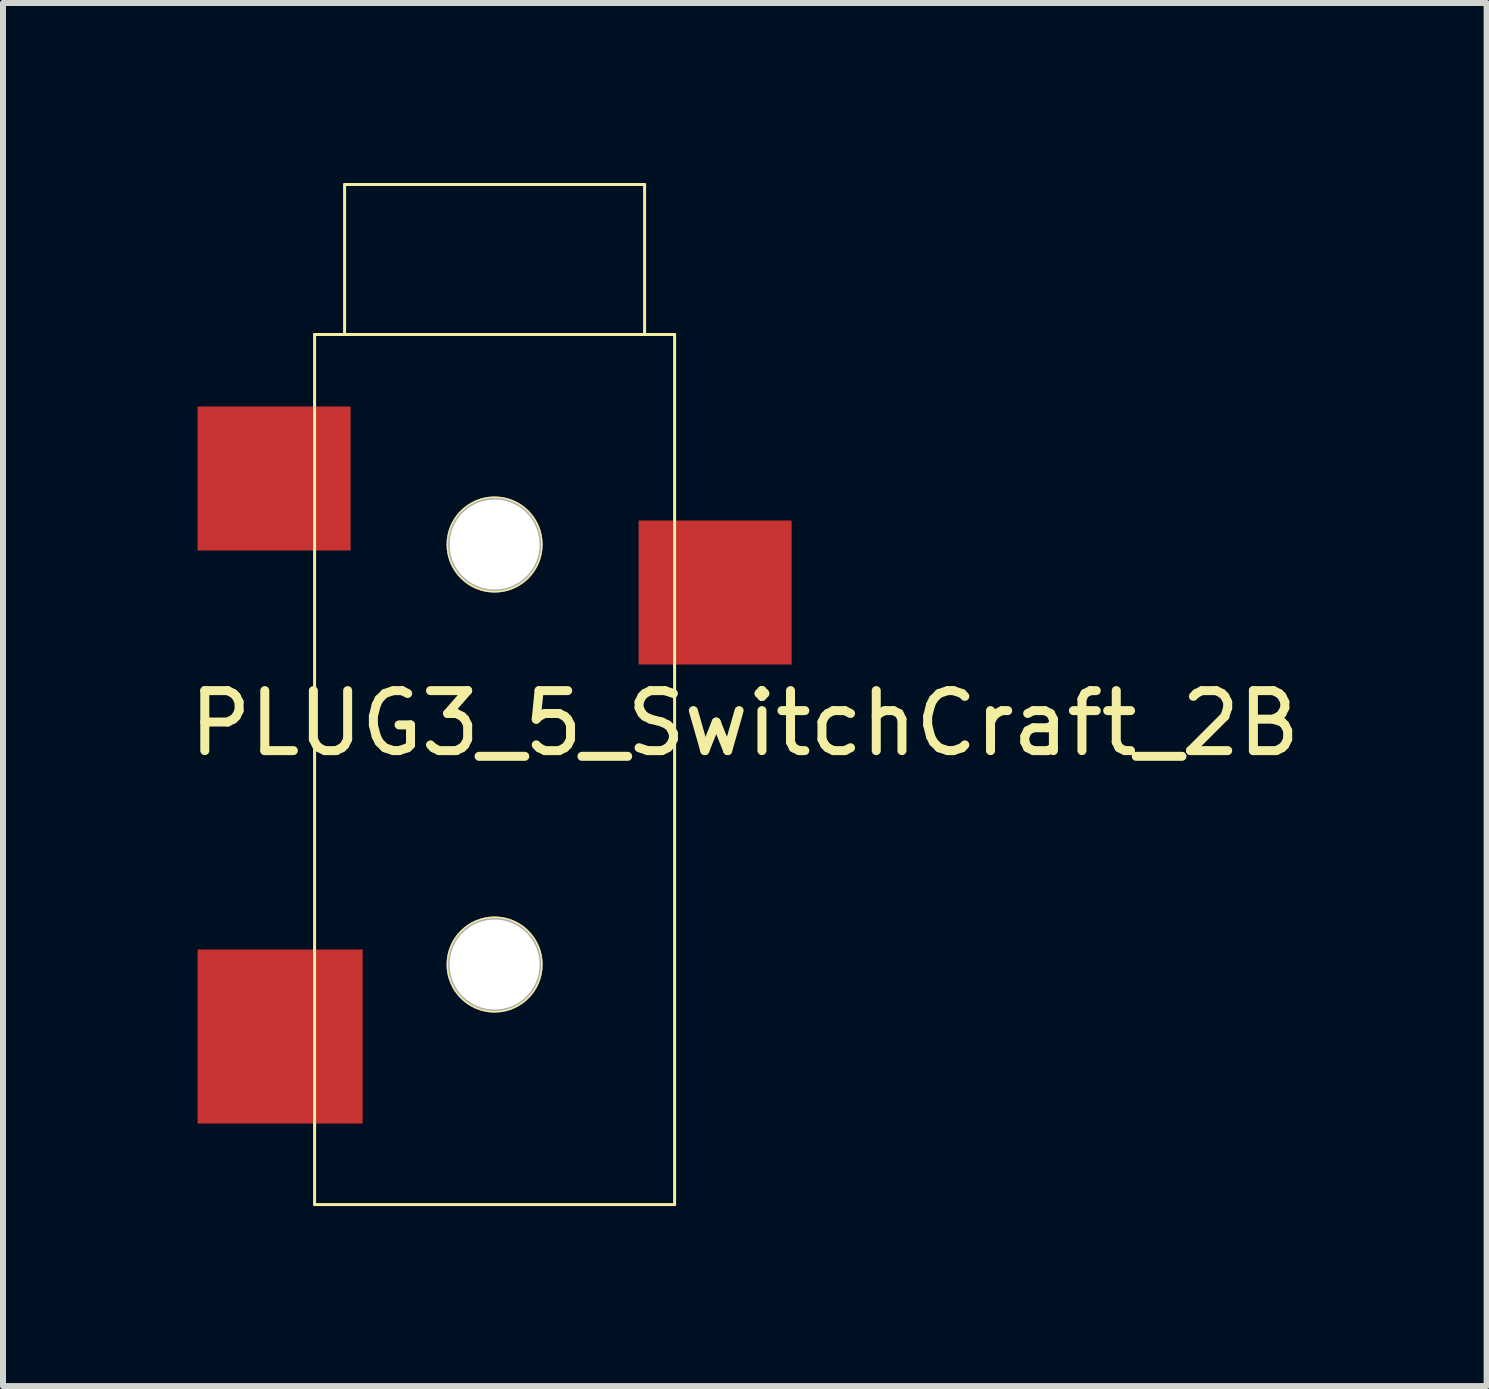
<source format=kicad_pcb>
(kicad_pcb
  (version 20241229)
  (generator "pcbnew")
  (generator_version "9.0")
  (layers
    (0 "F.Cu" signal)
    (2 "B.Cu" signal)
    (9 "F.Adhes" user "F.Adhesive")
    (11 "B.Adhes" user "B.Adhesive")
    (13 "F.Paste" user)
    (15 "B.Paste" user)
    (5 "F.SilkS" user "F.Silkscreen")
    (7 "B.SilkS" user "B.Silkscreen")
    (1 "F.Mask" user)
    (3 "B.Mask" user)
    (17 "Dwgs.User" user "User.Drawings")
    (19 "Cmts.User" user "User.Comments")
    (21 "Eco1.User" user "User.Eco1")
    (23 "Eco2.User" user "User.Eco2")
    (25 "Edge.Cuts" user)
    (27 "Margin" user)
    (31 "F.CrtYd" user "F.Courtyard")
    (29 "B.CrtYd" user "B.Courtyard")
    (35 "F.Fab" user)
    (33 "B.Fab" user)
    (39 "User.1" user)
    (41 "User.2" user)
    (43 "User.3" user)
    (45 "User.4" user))
  (footprint "PLUG3_5_SwitchCraft_2B"
    (layer "F.Cu")
    (at 5.193 2.525)
    (property "Reference" "PLUG3_5_SwitchCraft_2B" (at 4.17 6.48 0) (layer "F.SilkS") (effects (font (size 1 1) (thickness 0.15))))
    (attr through_hole)
    (fp_line (start -3 0) (end 3 0) (stroke (width 0.05) (type solid)) (layer "F.SilkS"))
    (fp_line (start -3 14.5) (end -3 0) (stroke (width 0.05) (type solid)) (layer "F.SilkS"))
    (fp_line (start -3 14.5) (end 3 14.5) (stroke (width 0.05) (type solid)) (layer "F.SilkS"))
    (fp_line (start -2.5 0) (end -2.5 -2.5) (stroke (width 0.05) (type solid)) (layer "F.SilkS"))
    (fp_line (start 2.5 -2.5) (end -2.5 -2.5) (stroke (width 0.05) (type solid)) (layer "F.SilkS"))
    (fp_line (start 2.5 -2.5) (end 2.5 0) (stroke (width 0.05) (type solid)) (layer "F.SilkS"))
    (fp_line (start 3 0) (end 3 14.5) (stroke (width 0.05) (type solid)) (layer "F.SilkS"))
    (fp_circle (center 0 3.5) (end 0.75 3.5) (stroke (width 0.05) (type solid)) (fill no) (layer "F.Fab"))
    (fp_circle (center 0 10.5) (end 0.75 10.5) (stroke (width 0.05) (type solid)) (fill no) (layer "F.Fab"))
    (pad "" thru_hole circle (at 0 3.5) (size 1.6 1.6) (drill 1.5) (layers "*.Cu" "*.Mask" "F.SilkS"))
    (pad "" thru_hole circle (at 0 10.5) (size 1.6 1.6) (drill 1.5) (layers "*.Cu" "*.Mask" "F.SilkS"))
    (pad "1" smd rect (at -3.675 2.4) (size 2.55 2.4) (layers "F.Cu" "F.Mask" "F.Paste"))
    (pad "2" smd rect (at 3.675 4.3) (size 2.55 2.4) (layers "F.Cu" "F.Mask" "F.Paste"))
    (pad "3" smd rect (at -3.575 11.7) (size 2.75 2.9) (layers "F.Cu" "F.Mask" "F.Paste")))
  (gr_rect
    (start -3 -3)
    (end 21.726 20.05)
    (stroke (width 0.1) (type default))
    (fill no)
    (layer "Edge.Cuts")))
</source>
